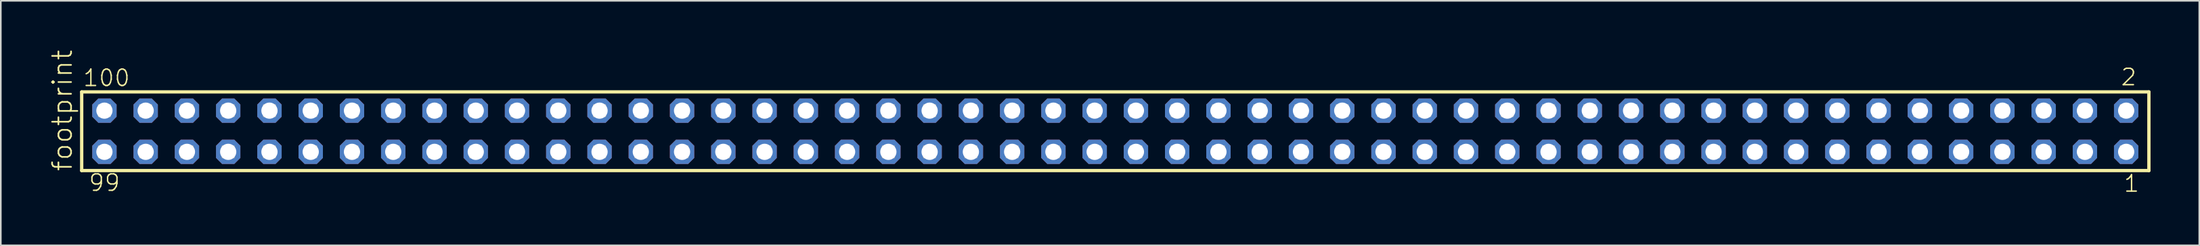
<source format=kicad_pcb>
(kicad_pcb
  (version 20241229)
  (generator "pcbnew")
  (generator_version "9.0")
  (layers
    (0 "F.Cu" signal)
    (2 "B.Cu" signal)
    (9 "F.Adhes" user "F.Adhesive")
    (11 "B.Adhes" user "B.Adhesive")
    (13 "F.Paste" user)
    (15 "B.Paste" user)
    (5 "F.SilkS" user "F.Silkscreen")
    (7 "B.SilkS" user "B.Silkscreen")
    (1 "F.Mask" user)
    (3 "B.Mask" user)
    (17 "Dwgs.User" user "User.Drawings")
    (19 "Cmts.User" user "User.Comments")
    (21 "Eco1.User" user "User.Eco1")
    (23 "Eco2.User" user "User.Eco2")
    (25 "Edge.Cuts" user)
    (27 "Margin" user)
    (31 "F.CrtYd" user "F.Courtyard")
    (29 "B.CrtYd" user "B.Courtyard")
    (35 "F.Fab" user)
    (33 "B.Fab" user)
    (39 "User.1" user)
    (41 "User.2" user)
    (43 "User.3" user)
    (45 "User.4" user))
  (footprint "footprint"
    (layer "F.Cu")
    (at 65.608 5.042)
    (property "Reference" "footprint" (at -64.135 2.54 90) (layer "F.SilkS") (effects (font (size 1.168 1.168) (thickness 0.102)) (justify left bottom)))
    (fp_line (start -63.629 -2.425) (end 63.629 -2.425) (stroke (width 0.203) (type solid)) (layer "F.SilkS"))
    (fp_line (start -63.629 2.425) (end -63.629 -2.425) (stroke (width 0.203) (type solid)) (layer "F.SilkS"))
    (fp_line (start 63.629 -2.425) (end 63.629 2.425) (stroke (width 0.203) (type solid)) (layer "F.SilkS"))
    (fp_line (start 63.629 2.425) (end -63.629 2.425) (stroke (width 0.203) (type solid)) (layer "F.SilkS"))
    (fp_poly (pts (xy -62.58 -0.92) (xy -61.88 -0.92) (xy -61.88 -1.62) (xy -62.58 -1.62)) (stroke (width 0.1) (type solid)) (fill no) (layer "F.Fab"))
    (fp_poly (pts (xy -62.58 1.62) (xy -61.88 1.62) (xy -61.88 0.92) (xy -62.58 0.92)) (stroke (width 0.1) (type solid)) (fill no) (layer "F.Fab"))
    (fp_poly (pts (xy -60.04 -0.92) (xy -59.34 -0.92) (xy -59.34 -1.62) (xy -60.04 -1.62)) (stroke (width 0.1) (type solid)) (fill no) (layer "F.Fab"))
    (fp_poly (pts (xy -60.04 1.62) (xy -59.34 1.62) (xy -59.34 0.92) (xy -60.04 0.92)) (stroke (width 0.1) (type solid)) (fill no) (layer "F.Fab"))
    (fp_poly (pts (xy -57.5 -0.92) (xy -56.8 -0.92) (xy -56.8 -1.62) (xy -57.5 -1.62)) (stroke (width 0.1) (type solid)) (fill no) (layer "F.Fab"))
    (fp_poly (pts (xy -57.5 1.62) (xy -56.8 1.62) (xy -56.8 0.92) (xy -57.5 0.92)) (stroke (width 0.1) (type solid)) (fill no) (layer "F.Fab"))
    (fp_poly (pts (xy -54.96 -0.92) (xy -54.26 -0.92) (xy -54.26 -1.62) (xy -54.96 -1.62)) (stroke (width 0.1) (type solid)) (fill no) (layer "F.Fab"))
    (fp_poly (pts (xy -54.96 1.62) (xy -54.26 1.62) (xy -54.26 0.92) (xy -54.96 0.92)) (stroke (width 0.1) (type solid)) (fill no) (layer "F.Fab"))
    (fp_poly (pts (xy -52.42 -0.92) (xy -51.72 -0.92) (xy -51.72 -1.62) (xy -52.42 -1.62)) (stroke (width 0.1) (type solid)) (fill no) (layer "F.Fab"))
    (fp_poly (pts (xy -52.42 1.62) (xy -51.72 1.62) (xy -51.72 0.92) (xy -52.42 0.92)) (stroke (width 0.1) (type solid)) (fill no) (layer "F.Fab"))
    (fp_poly (pts (xy -49.88 -0.92) (xy -49.18 -0.92) (xy -49.18 -1.62) (xy -49.88 -1.62)) (stroke (width 0.1) (type solid)) (fill no) (layer "F.Fab"))
    (fp_poly (pts (xy -49.88 1.62) (xy -49.18 1.62) (xy -49.18 0.92) (xy -49.88 0.92)) (stroke (width 0.1) (type solid)) (fill no) (layer "F.Fab"))
    (fp_poly (pts (xy -47.34 -0.92) (xy -46.64 -0.92) (xy -46.64 -1.62) (xy -47.34 -1.62)) (stroke (width 0.1) (type solid)) (fill no) (layer "F.Fab"))
    (fp_poly (pts (xy -47.34 1.62) (xy -46.64 1.62) (xy -46.64 0.92) (xy -47.34 0.92)) (stroke (width 0.1) (type solid)) (fill no) (layer "F.Fab"))
    (fp_poly (pts (xy -44.8 -0.92) (xy -44.1 -0.92) (xy -44.1 -1.62) (xy -44.8 -1.62)) (stroke (width 0.1) (type solid)) (fill no) (layer "F.Fab"))
    (fp_poly (pts (xy -44.8 1.62) (xy -44.1 1.62) (xy -44.1 0.92) (xy -44.8 0.92)) (stroke (width 0.1) (type solid)) (fill no) (layer "F.Fab"))
    (fp_poly (pts (xy -42.26 -0.92) (xy -41.56 -0.92) (xy -41.56 -1.62) (xy -42.26 -1.62)) (stroke (width 0.1) (type solid)) (fill no) (layer "F.Fab"))
    (fp_poly (pts (xy -42.26 1.62) (xy -41.56 1.62) (xy -41.56 0.92) (xy -42.26 0.92)) (stroke (width 0.1) (type solid)) (fill no) (layer "F.Fab"))
    (fp_poly (pts (xy -39.72 -0.92) (xy -39.02 -0.92) (xy -39.02 -1.62) (xy -39.72 -1.62)) (stroke (width 0.1) (type solid)) (fill no) (layer "F.Fab"))
    (fp_poly (pts (xy -39.72 1.62) (xy -39.02 1.62) (xy -39.02 0.92) (xy -39.72 0.92)) (stroke (width 0.1) (type solid)) (fill no) (layer "F.Fab"))
    (fp_poly (pts (xy -37.18 -0.92) (xy -36.48 -0.92) (xy -36.48 -1.62) (xy -37.18 -1.62)) (stroke (width 0.1) (type solid)) (fill no) (layer "F.Fab"))
    (fp_poly (pts (xy -37.18 1.62) (xy -36.48 1.62) (xy -36.48 0.92) (xy -37.18 0.92)) (stroke (width 0.1) (type solid)) (fill no) (layer "F.Fab"))
    (fp_poly (pts (xy -34.64 -0.92) (xy -33.94 -0.92) (xy -33.94 -1.62) (xy -34.64 -1.62)) (stroke (width 0.1) (type solid)) (fill no) (layer "F.Fab"))
    (fp_poly (pts (xy -34.64 1.62) (xy -33.94 1.62) (xy -33.94 0.92) (xy -34.64 0.92)) (stroke (width 0.1) (type solid)) (fill no) (layer "F.Fab"))
    (fp_poly (pts (xy -32.1 -0.92) (xy -31.4 -0.92) (xy -31.4 -1.62) (xy -32.1 -1.62)) (stroke (width 0.1) (type solid)) (fill no) (layer "F.Fab"))
    (fp_poly (pts (xy -32.1 1.62) (xy -31.4 1.62) (xy -31.4 0.92) (xy -32.1 0.92)) (stroke (width 0.1) (type solid)) (fill no) (layer "F.Fab"))
    (fp_poly (pts (xy -29.56 -0.92) (xy -28.86 -0.92) (xy -28.86 -1.62) (xy -29.56 -1.62)) (stroke (width 0.1) (type solid)) (fill no) (layer "F.Fab"))
    (fp_poly (pts (xy -29.56 1.62) (xy -28.86 1.62) (xy -28.86 0.92) (xy -29.56 0.92)) (stroke (width 0.1) (type solid)) (fill no) (layer "F.Fab"))
    (fp_poly (pts (xy -27.02 -0.92) (xy -26.32 -0.92) (xy -26.32 -1.62) (xy -27.02 -1.62)) (stroke (width 0.1) (type solid)) (fill no) (layer "F.Fab"))
    (fp_poly (pts (xy -27.02 1.62) (xy -26.32 1.62) (xy -26.32 0.92) (xy -27.02 0.92)) (stroke (width 0.1) (type solid)) (fill no) (layer "F.Fab"))
    (fp_poly (pts (xy -24.48 -0.92) (xy -23.78 -0.92) (xy -23.78 -1.62) (xy -24.48 -1.62)) (stroke (width 0.1) (type solid)) (fill no) (layer "F.Fab"))
    (fp_poly (pts (xy -24.48 1.62) (xy -23.78 1.62) (xy -23.78 0.92) (xy -24.48 0.92)) (stroke (width 0.1) (type solid)) (fill no) (layer "F.Fab"))
    (fp_poly (pts (xy -21.94 -0.92) (xy -21.24 -0.92) (xy -21.24 -1.62) (xy -21.94 -1.62)) (stroke (width 0.1) (type solid)) (fill no) (layer "F.Fab"))
    (fp_poly (pts (xy -21.94 1.62) (xy -21.24 1.62) (xy -21.24 0.92) (xy -21.94 0.92)) (stroke (width 0.1) (type solid)) (fill no) (layer "F.Fab"))
    (fp_poly (pts (xy -19.4 -0.92) (xy -18.7 -0.92) (xy -18.7 -1.62) (xy -19.4 -1.62)) (stroke (width 0.1) (type solid)) (fill no) (layer "F.Fab"))
    (fp_poly (pts (xy -19.4 1.62) (xy -18.7 1.62) (xy -18.7 0.92) (xy -19.4 0.92)) (stroke (width 0.1) (type solid)) (fill no) (layer "F.Fab"))
    (fp_poly (pts (xy -16.86 -0.92) (xy -16.16 -0.92) (xy -16.16 -1.62) (xy -16.86 -1.62)) (stroke (width 0.1) (type solid)) (fill no) (layer "F.Fab"))
    (fp_poly (pts (xy -16.86 1.62) (xy -16.16 1.62) (xy -16.16 0.92) (xy -16.86 0.92)) (stroke (width 0.1) (type solid)) (fill no) (layer "F.Fab"))
    (fp_poly (pts (xy -14.32 -0.92) (xy -13.62 -0.92) (xy -13.62 -1.62) (xy -14.32 -1.62)) (stroke (width 0.1) (type solid)) (fill no) (layer "F.Fab"))
    (fp_poly (pts (xy -14.32 1.62) (xy -13.62 1.62) (xy -13.62 0.92) (xy -14.32 0.92)) (stroke (width 0.1) (type solid)) (fill no) (layer "F.Fab"))
    (fp_poly (pts (xy -11.78 -0.92) (xy -11.08 -0.92) (xy -11.08 -1.62) (xy -11.78 -1.62)) (stroke (width 0.1) (type solid)) (fill no) (layer "F.Fab"))
    (fp_poly (pts (xy -11.78 1.62) (xy -11.08 1.62) (xy -11.08 0.92) (xy -11.78 0.92)) (stroke (width 0.1) (type solid)) (fill no) (layer "F.Fab"))
    (fp_poly (pts (xy -9.24 -0.92) (xy -8.54 -0.92) (xy -8.54 -1.62) (xy -9.24 -1.62)) (stroke (width 0.1) (type solid)) (fill no) (layer "F.Fab"))
    (fp_poly (pts (xy -9.24 1.62) (xy -8.54 1.62) (xy -8.54 0.92) (xy -9.24 0.92)) (stroke (width 0.1) (type solid)) (fill no) (layer "F.Fab"))
    (fp_poly (pts (xy -6.7 -0.92) (xy -6 -0.92) (xy -6 -1.62) (xy -6.7 -1.62)) (stroke (width 0.1) (type solid)) (fill no) (layer "F.Fab"))
    (fp_poly (pts (xy -6.7 1.62) (xy -6 1.62) (xy -6 0.92) (xy -6.7 0.92)) (stroke (width 0.1) (type solid)) (fill no) (layer "F.Fab"))
    (fp_poly (pts (xy -4.16 -0.92) (xy -3.46 -0.92) (xy -3.46 -1.62) (xy -4.16 -1.62)) (stroke (width 0.1) (type solid)) (fill no) (layer "F.Fab"))
    (fp_poly (pts (xy -4.16 1.62) (xy -3.46 1.62) (xy -3.46 0.92) (xy -4.16 0.92)) (stroke (width 0.1) (type solid)) (fill no) (layer "F.Fab"))
    (fp_poly (pts (xy -1.62 -0.92) (xy -0.92 -0.92) (xy -0.92 -1.62) (xy -1.62 -1.62)) (stroke (width 0.1) (type solid)) (fill no) (layer "F.Fab"))
    (fp_poly (pts (xy -1.62 1.62) (xy -0.92 1.62) (xy -0.92 0.92) (xy -1.62 0.92)) (stroke (width 0.1) (type solid)) (fill no) (layer "F.Fab"))
    (fp_poly (pts (xy 0.92 -0.92) (xy 1.62 -0.92) (xy 1.62 -1.62) (xy 0.92 -1.62)) (stroke (width 0.1) (type solid)) (fill no) (layer "F.Fab"))
    (fp_poly (pts (xy 0.92 1.62) (xy 1.62 1.62) (xy 1.62 0.92) (xy 0.92 0.92)) (stroke (width 0.1) (type solid)) (fill no) (layer "F.Fab"))
    (fp_poly (pts (xy 3.46 -0.92) (xy 4.16 -0.92) (xy 4.16 -1.62) (xy 3.46 -1.62)) (stroke (width 0.1) (type solid)) (fill no) (layer "F.Fab"))
    (fp_poly (pts (xy 3.46 1.62) (xy 4.16 1.62) (xy 4.16 0.92) (xy 3.46 0.92)) (stroke (width 0.1) (type solid)) (fill no) (layer "F.Fab"))
    (fp_poly (pts (xy 6 -0.92) (xy 6.7 -0.92) (xy 6.7 -1.62) (xy 6 -1.62)) (stroke (width 0.1) (type solid)) (fill no) (layer "F.Fab"))
    (fp_poly (pts (xy 6 1.62) (xy 6.7 1.62) (xy 6.7 0.92) (xy 6 0.92)) (stroke (width 0.1) (type solid)) (fill no) (layer "F.Fab"))
    (fp_poly (pts (xy 8.54 -0.92) (xy 9.24 -0.92) (xy 9.24 -1.62) (xy 8.54 -1.62)) (stroke (width 0.1) (type solid)) (fill no) (layer "F.Fab"))
    (fp_poly (pts (xy 8.54 1.62) (xy 9.24 1.62) (xy 9.24 0.92) (xy 8.54 0.92)) (stroke (width 0.1) (type solid)) (fill no) (layer "F.Fab"))
    (fp_poly (pts (xy 11.08 -0.92) (xy 11.78 -0.92) (xy 11.78 -1.62) (xy 11.08 -1.62)) (stroke (width 0.1) (type solid)) (fill no) (layer "F.Fab"))
    (fp_poly (pts (xy 11.08 1.62) (xy 11.78 1.62) (xy 11.78 0.92) (xy 11.08 0.92)) (stroke (width 0.1) (type solid)) (fill no) (layer "F.Fab"))
    (fp_poly (pts (xy 13.62 -0.92) (xy 14.32 -0.92) (xy 14.32 -1.62) (xy 13.62 -1.62)) (stroke (width 0.1) (type solid)) (fill no) (layer "F.Fab"))
    (fp_poly (pts (xy 13.62 1.62) (xy 14.32 1.62) (xy 14.32 0.92) (xy 13.62 0.92)) (stroke (width 0.1) (type solid)) (fill no) (layer "F.Fab"))
    (fp_poly (pts (xy 16.16 -0.92) (xy 16.86 -0.92) (xy 16.86 -1.62) (xy 16.16 -1.62)) (stroke (width 0.1) (type solid)) (fill no) (layer "F.Fab"))
    (fp_poly (pts (xy 16.16 1.62) (xy 16.86 1.62) (xy 16.86 0.92) (xy 16.16 0.92)) (stroke (width 0.1) (type solid)) (fill no) (layer "F.Fab"))
    (fp_poly (pts (xy 18.7 -0.92) (xy 19.4 -0.92) (xy 19.4 -1.62) (xy 18.7 -1.62)) (stroke (width 0.1) (type solid)) (fill no) (layer "F.Fab"))
    (fp_poly (pts (xy 18.7 1.62) (xy 19.4 1.62) (xy 19.4 0.92) (xy 18.7 0.92)) (stroke (width 0.1) (type solid)) (fill no) (layer "F.Fab"))
    (fp_poly (pts (xy 21.24 -0.92) (xy 21.94 -0.92) (xy 21.94 -1.62) (xy 21.24 -1.62)) (stroke (width 0.1) (type solid)) (fill no) (layer "F.Fab"))
    (fp_poly (pts (xy 21.24 1.62) (xy 21.94 1.62) (xy 21.94 0.92) (xy 21.24 0.92)) (stroke (width 0.1) (type solid)) (fill no) (layer "F.Fab"))
    (fp_poly (pts (xy 23.78 -0.92) (xy 24.48 -0.92) (xy 24.48 -1.62) (xy 23.78 -1.62)) (stroke (width 0.1) (type solid)) (fill no) (layer "F.Fab"))
    (fp_poly (pts (xy 23.78 1.62) (xy 24.48 1.62) (xy 24.48 0.92) (xy 23.78 0.92)) (stroke (width 0.1) (type solid)) (fill no) (layer "F.Fab"))
    (fp_poly (pts (xy 26.32 -0.92) (xy 27.02 -0.92) (xy 27.02 -1.62) (xy 26.32 -1.62)) (stroke (width 0.1) (type solid)) (fill no) (layer "F.Fab"))
    (fp_poly (pts (xy 26.32 1.62) (xy 27.02 1.62) (xy 27.02 0.92) (xy 26.32 0.92)) (stroke (width 0.1) (type solid)) (fill no) (layer "F.Fab"))
    (fp_poly (pts (xy 28.86 -0.92) (xy 29.56 -0.92) (xy 29.56 -1.62) (xy 28.86 -1.62)) (stroke (width 0.1) (type solid)) (fill no) (layer "F.Fab"))
    (fp_poly (pts (xy 28.86 1.62) (xy 29.56 1.62) (xy 29.56 0.92) (xy 28.86 0.92)) (stroke (width 0.1) (type solid)) (fill no) (layer "F.Fab"))
    (fp_poly (pts (xy 31.4 -0.92) (xy 32.1 -0.92) (xy 32.1 -1.62) (xy 31.4 -1.62)) (stroke (width 0.1) (type solid)) (fill no) (layer "F.Fab"))
    (fp_poly (pts (xy 31.4 1.62) (xy 32.1 1.62) (xy 32.1 0.92) (xy 31.4 0.92)) (stroke (width 0.1) (type solid)) (fill no) (layer "F.Fab"))
    (fp_poly (pts (xy 33.94 -0.92) (xy 34.64 -0.92) (xy 34.64 -1.62) (xy 33.94 -1.62)) (stroke (width 0.1) (type solid)) (fill no) (layer "F.Fab"))
    (fp_poly (pts (xy 33.94 1.62) (xy 34.64 1.62) (xy 34.64 0.92) (xy 33.94 0.92)) (stroke (width 0.1) (type solid)) (fill no) (layer "F.Fab"))
    (fp_poly (pts (xy 36.48 -0.92) (xy 37.18 -0.92) (xy 37.18 -1.62) (xy 36.48 -1.62)) (stroke (width 0.1) (type solid)) (fill no) (layer "F.Fab"))
    (fp_poly (pts (xy 36.48 1.62) (xy 37.18 1.62) (xy 37.18 0.92) (xy 36.48 0.92)) (stroke (width 0.1) (type solid)) (fill no) (layer "F.Fab"))
    (fp_poly (pts (xy 39.02 -0.92) (xy 39.72 -0.92) (xy 39.72 -1.62) (xy 39.02 -1.62)) (stroke (width 0.1) (type solid)) (fill no) (layer "F.Fab"))
    (fp_poly (pts (xy 39.02 1.62) (xy 39.72 1.62) (xy 39.72 0.92) (xy 39.02 0.92)) (stroke (width 0.1) (type solid)) (fill no) (layer "F.Fab"))
    (fp_poly (pts (xy 41.56 -0.92) (xy 42.26 -0.92) (xy 42.26 -1.62) (xy 41.56 -1.62)) (stroke (width 0.1) (type solid)) (fill no) (layer "F.Fab"))
    (fp_poly (pts (xy 41.56 1.62) (xy 42.26 1.62) (xy 42.26 0.92) (xy 41.56 0.92)) (stroke (width 0.1) (type solid)) (fill no) (layer "F.Fab"))
    (fp_poly (pts (xy 44.1 -0.92) (xy 44.8 -0.92) (xy 44.8 -1.62) (xy 44.1 -1.62)) (stroke (width 0.1) (type solid)) (fill no) (layer "F.Fab"))
    (fp_poly (pts (xy 44.1 1.62) (xy 44.8 1.62) (xy 44.8 0.92) (xy 44.1 0.92)) (stroke (width 0.1) (type solid)) (fill no) (layer "F.Fab"))
    (fp_poly (pts (xy 46.64 -0.92) (xy 47.34 -0.92) (xy 47.34 -1.62) (xy 46.64 -1.62)) (stroke (width 0.1) (type solid)) (fill no) (layer "F.Fab"))
    (fp_poly (pts (xy 46.64 1.62) (xy 47.34 1.62) (xy 47.34 0.92) (xy 46.64 0.92)) (stroke (width 0.1) (type solid)) (fill no) (layer "F.Fab"))
    (fp_poly (pts (xy 49.18 -0.92) (xy 49.88 -0.92) (xy 49.88 -1.62) (xy 49.18 -1.62)) (stroke (width 0.1) (type solid)) (fill no) (layer "F.Fab"))
    (fp_poly (pts (xy 49.18 1.62) (xy 49.88 1.62) (xy 49.88 0.92) (xy 49.18 0.92)) (stroke (width 0.1) (type solid)) (fill no) (layer "F.Fab"))
    (fp_poly (pts (xy 51.72 -0.92) (xy 52.42 -0.92) (xy 52.42 -1.62) (xy 51.72 -1.62)) (stroke (width 0.1) (type solid)) (fill no) (layer "F.Fab"))
    (fp_poly (pts (xy 51.72 1.62) (xy 52.42 1.62) (xy 52.42 0.92) (xy 51.72 0.92)) (stroke (width 0.1) (type solid)) (fill no) (layer "F.Fab"))
    (fp_poly (pts (xy 54.26 -0.92) (xy 54.96 -0.92) (xy 54.96 -1.62) (xy 54.26 -1.62)) (stroke (width 0.1) (type solid)) (fill no) (layer "F.Fab"))
    (fp_poly (pts (xy 54.26 1.62) (xy 54.96 1.62) (xy 54.96 0.92) (xy 54.26 0.92)) (stroke (width 0.1) (type solid)) (fill no) (layer "F.Fab"))
    (fp_poly (pts (xy 56.8 -0.92) (xy 57.5 -0.92) (xy 57.5 -1.62) (xy 56.8 -1.62)) (stroke (width 0.1) (type solid)) (fill no) (layer "F.Fab"))
    (fp_poly (pts (xy 56.8 1.62) (xy 57.5 1.62) (xy 57.5 0.92) (xy 56.8 0.92)) (stroke (width 0.1) (type solid)) (fill no) (layer "F.Fab"))
    (fp_poly (pts (xy 59.34 -0.92) (xy 60.04 -0.92) (xy 60.04 -1.62) (xy 59.34 -1.62)) (stroke (width 0.1) (type solid)) (fill no) (layer "F.Fab"))
    (fp_poly (pts (xy 59.34 1.62) (xy 60.04 1.62) (xy 60.04 0.92) (xy 59.34 0.92)) (stroke (width 0.1) (type solid)) (fill no) (layer "F.Fab"))
    (fp_poly (pts (xy 61.88 -0.92) (xy 62.58 -0.92) (xy 62.58 -1.62) (xy 61.88 -1.62)) (stroke (width 0.1) (type solid)) (fill no) (layer "F.Fab"))
    (fp_poly (pts (xy 61.88 1.62) (xy 62.58 1.62) (xy 62.58 0.92) (xy 61.88 0.92)) (stroke (width 0.1) (type solid)) (fill no) (layer "F.Fab"))
    (fp_text user "2" (at 61.847 -2.744 0) (layer "F.SilkS") (effects (font (size 1.012 1.012) (thickness 0.088)) (justify left bottom)))
    (fp_text user "100" (at -63.604 -2.694 0) (layer "F.SilkS") (effects (font (size 1.012 1.012) (thickness 0.088)) (justify left bottom)))
    (fp_text user "99" (at -63.25 3.768 0) (layer "F.SilkS") (effects (font (size 1.012 1.012) (thickness 0.088)) (justify left bottom)))
    (fp_text user "1" (at 62.022 3.818 0) (layer "F.SilkS") (effects (font (size 1.012 1.012) (thickness 0.088)) (justify left bottom)))
    (pad "1" thru_hole roundrect (at 62.23 1.27 180) (size 1.5 1.5) (drill 1) (layers "*.Cu" "*.Mask") (roundrect_rratio 0.25) (chamfer_ratio 0.25) (chamfer top_left top_right bottom_left bottom_right))
    (pad "2" thru_hole roundrect (at 62.23 -1.27 180) (size 1.5 1.5) (drill 1) (layers "*.Cu" "*.Mask") (roundrect_rratio 0.25) (chamfer_ratio 0.25) (chamfer top_left top_right bottom_left bottom_right))
    (pad "3" thru_hole roundrect (at 59.69 1.27 180) (size 1.5 1.5) (drill 1) (layers "*.Cu" "*.Mask") (roundrect_rratio 0.25) (chamfer_ratio 0.25) (chamfer top_left top_right bottom_left bottom_right))
    (pad "4" thru_hole roundrect (at 59.69 -1.27 180) (size 1.5 1.5) (drill 1) (layers "*.Cu" "*.Mask") (roundrect_rratio 0.25) (chamfer_ratio 0.25) (chamfer top_left top_right bottom_left bottom_right))
    (pad "5" thru_hole roundrect (at 57.15 1.27 180) (size 1.5 1.5) (drill 1) (layers "*.Cu" "*.Mask") (roundrect_rratio 0.25) (chamfer_ratio 0.25) (chamfer top_left top_right bottom_left bottom_right))
    (pad "6" thru_hole roundrect (at 57.15 -1.27 180) (size 1.5 1.5) (drill 1) (layers "*.Cu" "*.Mask") (roundrect_rratio 0.25) (chamfer_ratio 0.25) (chamfer top_left top_right bottom_left bottom_right))
    (pad "7" thru_hole roundrect (at 54.61 1.27 180) (size 1.5 1.5) (drill 1) (layers "*.Cu" "*.Mask") (roundrect_rratio 0.25) (chamfer_ratio 0.25) (chamfer top_left top_right bottom_left bottom_right))
    (pad "8" thru_hole roundrect (at 54.61 -1.27 180) (size 1.5 1.5) (drill 1) (layers "*.Cu" "*.Mask") (roundrect_rratio 0.25) (chamfer_ratio 0.25) (chamfer top_left top_right bottom_left bottom_right))
    (pad "9" thru_hole roundrect (at 52.07 1.27 180) (size 1.5 1.5) (drill 1) (layers "*.Cu" "*.Mask") (roundrect_rratio 0.25) (chamfer_ratio 0.25) (chamfer top_left top_right bottom_left bottom_right))
    (pad "10" thru_hole roundrect (at 52.07 -1.27 180) (size 1.5 1.5) (drill 1) (layers "*.Cu" "*.Mask") (roundrect_rratio 0.25) (chamfer_ratio 0.25) (chamfer top_left top_right bottom_left bottom_right))
    (pad "11" thru_hole roundrect (at 49.53 1.27 180) (size 1.5 1.5) (drill 1) (layers "*.Cu" "*.Mask") (roundrect_rratio 0.25) (chamfer_ratio 0.25) (chamfer top_left top_right bottom_left bottom_right))
    (pad "12" thru_hole roundrect (at 49.53 -1.27 180) (size 1.5 1.5) (drill 1) (layers "*.Cu" "*.Mask") (roundrect_rratio 0.25) (chamfer_ratio 0.25) (chamfer top_left top_right bottom_left bottom_right))
    (pad "13" thru_hole roundrect (at 46.99 1.27 180) (size 1.5 1.5) (drill 1) (layers "*.Cu" "*.Mask") (roundrect_rratio 0.25) (chamfer_ratio 0.25) (chamfer top_left top_right bottom_left bottom_right))
    (pad "14" thru_hole roundrect (at 46.99 -1.27 180) (size 1.5 1.5) (drill 1) (layers "*.Cu" "*.Mask") (roundrect_rratio 0.25) (chamfer_ratio 0.25) (chamfer top_left top_right bottom_left bottom_right))
    (pad "15" thru_hole roundrect (at 44.45 1.27 180) (size 1.5 1.5) (drill 1) (layers "*.Cu" "*.Mask") (roundrect_rratio 0.25) (chamfer_ratio 0.25) (chamfer top_left top_right bottom_left bottom_right))
    (pad "16" thru_hole roundrect (at 44.45 -1.27 180) (size 1.5 1.5) (drill 1) (layers "*.Cu" "*.Mask") (roundrect_rratio 0.25) (chamfer_ratio 0.25) (chamfer top_left top_right bottom_left bottom_right))
    (pad "17" thru_hole roundrect (at 41.91 1.27 180) (size 1.5 1.5) (drill 1) (layers "*.Cu" "*.Mask") (roundrect_rratio 0.25) (chamfer_ratio 0.25) (chamfer top_left top_right bottom_left bottom_right))
    (pad "18" thru_hole roundrect (at 41.91 -1.27 180) (size 1.5 1.5) (drill 1) (layers "*.Cu" "*.Mask") (roundrect_rratio 0.25) (chamfer_ratio 0.25) (chamfer top_left top_right bottom_left bottom_right))
    (pad "19" thru_hole roundrect (at 39.37 1.27 180) (size 1.5 1.5) (drill 1) (layers "*.Cu" "*.Mask") (roundrect_rratio 0.25) (chamfer_ratio 0.25) (chamfer top_left top_right bottom_left bottom_right))
    (pad "20" thru_hole roundrect (at 39.37 -1.27 180) (size 1.5 1.5) (drill 1) (layers "*.Cu" "*.Mask") (roundrect_rratio 0.25) (chamfer_ratio 0.25) (chamfer top_left top_right bottom_left bottom_right))
    (pad "21" thru_hole roundrect (at 36.83 1.27 180) (size 1.5 1.5) (drill 1) (layers "*.Cu" "*.Mask") (roundrect_rratio 0.25) (chamfer_ratio 0.25) (chamfer top_left top_right bottom_left bottom_right))
    (pad "22" thru_hole roundrect (at 36.83 -1.27 180) (size 1.5 1.5) (drill 1) (layers "*.Cu" "*.Mask") (roundrect_rratio 0.25) (chamfer_ratio 0.25) (chamfer top_left top_right bottom_left bottom_right))
    (pad "23" thru_hole roundrect (at 34.29 1.27 180) (size 1.5 1.5) (drill 1) (layers "*.Cu" "*.Mask") (roundrect_rratio 0.25) (chamfer_ratio 0.25) (chamfer top_left top_right bottom_left bottom_right))
    (pad "24" thru_hole roundrect (at 34.29 -1.27 180) (size 1.5 1.5) (drill 1) (layers "*.Cu" "*.Mask") (roundrect_rratio 0.25) (chamfer_ratio 0.25) (chamfer top_left top_right bottom_left bottom_right))
    (pad "25" thru_hole roundrect (at 31.75 1.27 180) (size 1.5 1.5) (drill 1) (layers "*.Cu" "*.Mask") (roundrect_rratio 0.25) (chamfer_ratio 0.25) (chamfer top_left top_right bottom_left bottom_right))
    (pad "26" thru_hole roundrect (at 31.75 -1.27 180) (size 1.5 1.5) (drill 1) (layers "*.Cu" "*.Mask") (roundrect_rratio 0.25) (chamfer_ratio 0.25) (chamfer top_left top_right bottom_left bottom_right))
    (pad "27" thru_hole roundrect (at 29.21 1.27 180) (size 1.5 1.5) (drill 1) (layers "*.Cu" "*.Mask") (roundrect_rratio 0.25) (chamfer_ratio 0.25) (chamfer top_left top_right bottom_left bottom_right))
    (pad "28" thru_hole roundrect (at 29.21 -1.27 180) (size 1.5 1.5) (drill 1) (layers "*.Cu" "*.Mask") (roundrect_rratio 0.25) (chamfer_ratio 0.25) (chamfer top_left top_right bottom_left bottom_right))
    (pad "29" thru_hole roundrect (at 26.67 1.27 180) (size 1.5 1.5) (drill 1) (layers "*.Cu" "*.Mask") (roundrect_rratio 0.25) (chamfer_ratio 0.25) (chamfer top_left top_right bottom_left bottom_right))
    (pad "30" thru_hole roundrect (at 26.67 -1.27 180) (size 1.5 1.5) (drill 1) (layers "*.Cu" "*.Mask") (roundrect_rratio 0.25) (chamfer_ratio 0.25) (chamfer top_left top_right bottom_left bottom_right))
    (pad "31" thru_hole roundrect (at 24.13 1.27 180) (size 1.5 1.5) (drill 1) (layers "*.Cu" "*.Mask") (roundrect_rratio 0.25) (chamfer_ratio 0.25) (chamfer top_left top_right bottom_left bottom_right))
    (pad "32" thru_hole roundrect (at 24.13 -1.27 180) (size 1.5 1.5) (drill 1) (layers "*.Cu" "*.Mask") (roundrect_rratio 0.25) (chamfer_ratio 0.25) (chamfer top_left top_right bottom_left bottom_right))
    (pad "33" thru_hole roundrect (at 21.59 1.27 180) (size 1.5 1.5) (drill 1) (layers "*.Cu" "*.Mask") (roundrect_rratio 0.25) (chamfer_ratio 0.25) (chamfer top_left top_right bottom_left bottom_right))
    (pad "34" thru_hole roundrect (at 21.59 -1.27 180) (size 1.5 1.5) (drill 1) (layers "*.Cu" "*.Mask") (roundrect_rratio 0.25) (chamfer_ratio 0.25) (chamfer top_left top_right bottom_left bottom_right))
    (pad "35" thru_hole roundrect (at 19.05 1.27 180) (size 1.5 1.5) (drill 1) (layers "*.Cu" "*.Mask") (roundrect_rratio 0.25) (chamfer_ratio 0.25) (chamfer top_left top_right bottom_left bottom_right))
    (pad "36" thru_hole roundrect (at 19.05 -1.27 180) (size 1.5 1.5) (drill 1) (layers "*.Cu" "*.Mask") (roundrect_rratio 0.25) (chamfer_ratio 0.25) (chamfer top_left top_right bottom_left bottom_right))
    (pad "37" thru_hole roundrect (at 16.51 1.27 180) (size 1.5 1.5) (drill 1) (layers "*.Cu" "*.Mask") (roundrect_rratio 0.25) (chamfer_ratio 0.25) (chamfer top_left top_right bottom_left bottom_right))
    (pad "38" thru_hole roundrect (at 16.51 -1.27 180) (size 1.5 1.5) (drill 1) (layers "*.Cu" "*.Mask") (roundrect_rratio 0.25) (chamfer_ratio 0.25) (chamfer top_left top_right bottom_left bottom_right))
    (pad "39" thru_hole roundrect (at 13.97 1.27 180) (size 1.5 1.5) (drill 1) (layers "*.Cu" "*.Mask") (roundrect_rratio 0.25) (chamfer_ratio 0.25) (chamfer top_left top_right bottom_left bottom_right))
    (pad "40" thru_hole roundrect (at 13.97 -1.27 180) (size 1.5 1.5) (drill 1) (layers "*.Cu" "*.Mask") (roundrect_rratio 0.25) (chamfer_ratio 0.25) (chamfer top_left top_right bottom_left bottom_right))
    (pad "41" thru_hole roundrect (at 11.43 1.27 180) (size 1.5 1.5) (drill 1) (layers "*.Cu" "*.Mask") (roundrect_rratio 0.25) (chamfer_ratio 0.25) (chamfer top_left top_right bottom_left bottom_right))
    (pad "42" thru_hole roundrect (at 11.43 -1.27 180) (size 1.5 1.5) (drill 1) (layers "*.Cu" "*.Mask") (roundrect_rratio 0.25) (chamfer_ratio 0.25) (chamfer top_left top_right bottom_left bottom_right))
    (pad "43" thru_hole roundrect (at 8.89 1.27 180) (size 1.5 1.5) (drill 1) (layers "*.Cu" "*.Mask") (roundrect_rratio 0.25) (chamfer_ratio 0.25) (chamfer top_left top_right bottom_left bottom_right))
    (pad "44" thru_hole roundrect (at 8.89 -1.27 180) (size 1.5 1.5) (drill 1) (layers "*.Cu" "*.Mask") (roundrect_rratio 0.25) (chamfer_ratio 0.25) (chamfer top_left top_right bottom_left bottom_right))
    (pad "45" thru_hole roundrect (at 6.35 1.27 180) (size 1.5 1.5) (drill 1) (layers "*.Cu" "*.Mask") (roundrect_rratio 0.25) (chamfer_ratio 0.25) (chamfer top_left top_right bottom_left bottom_right))
    (pad "46" thru_hole roundrect (at 6.35 -1.27 180) (size 1.5 1.5) (drill 1) (layers "*.Cu" "*.Mask") (roundrect_rratio 0.25) (chamfer_ratio 0.25) (chamfer top_left top_right bottom_left bottom_right))
    (pad "47" thru_hole roundrect (at 3.81 1.27 180) (size 1.5 1.5) (drill 1) (layers "*.Cu" "*.Mask") (roundrect_rratio 0.25) (chamfer_ratio 0.25) (chamfer top_left top_right bottom_left bottom_right))
    (pad "48" thru_hole roundrect (at 3.81 -1.27 180) (size 1.5 1.5) (drill 1) (layers "*.Cu" "*.Mask") (roundrect_rratio 0.25) (chamfer_ratio 0.25) (chamfer top_left top_right bottom_left bottom_right))
    (pad "49" thru_hole roundrect (at 1.27 1.27 180) (size 1.5 1.5) (drill 1) (layers "*.Cu" "*.Mask") (roundrect_rratio 0.25) (chamfer_ratio 0.25) (chamfer top_left top_right bottom_left bottom_right))
    (pad "50" thru_hole roundrect (at 1.27 -1.27 180) (size 1.5 1.5) (drill 1) (layers "*.Cu" "*.Mask") (roundrect_rratio 0.25) (chamfer_ratio 0.25) (chamfer top_left top_right bottom_left bottom_right))
    (pad "51" thru_hole roundrect (at -1.27 1.27 180) (size 1.5 1.5) (drill 1) (layers "*.Cu" "*.Mask") (roundrect_rratio 0.25) (chamfer_ratio 0.25) (chamfer top_left top_right bottom_left bottom_right))
    (pad "52" thru_hole roundrect (at -1.27 -1.27 180) (size 1.5 1.5) (drill 1) (layers "*.Cu" "*.Mask") (roundrect_rratio 0.25) (chamfer_ratio 0.25) (chamfer top_left top_right bottom_left bottom_right))
    (pad "53" thru_hole roundrect (at -3.81 1.27 180) (size 1.5 1.5) (drill 1) (layers "*.Cu" "*.Mask") (roundrect_rratio 0.25) (chamfer_ratio 0.25) (chamfer top_left top_right bottom_left bottom_right))
    (pad "54" thru_hole roundrect (at -3.81 -1.27 180) (size 1.5 1.5) (drill 1) (layers "*.Cu" "*.Mask") (roundrect_rratio 0.25) (chamfer_ratio 0.25) (chamfer top_left top_right bottom_left bottom_right))
    (pad "55" thru_hole roundrect (at -6.35 1.27 180) (size 1.5 1.5) (drill 1) (layers "*.Cu" "*.Mask") (roundrect_rratio 0.25) (chamfer_ratio 0.25) (chamfer top_left top_right bottom_left bottom_right))
    (pad "56" thru_hole roundrect (at -6.35 -1.27 180) (size 1.5 1.5) (drill 1) (layers "*.Cu" "*.Mask") (roundrect_rratio 0.25) (chamfer_ratio 0.25) (chamfer top_left top_right bottom_left bottom_right))
    (pad "57" thru_hole roundrect (at -8.89 1.27 180) (size 1.5 1.5) (drill 1) (layers "*.Cu" "*.Mask") (roundrect_rratio 0.25) (chamfer_ratio 0.25) (chamfer top_left top_right bottom_left bottom_right))
    (pad "58" thru_hole roundrect (at -8.89 -1.27 180) (size 1.5 1.5) (drill 1) (layers "*.Cu" "*.Mask") (roundrect_rratio 0.25) (chamfer_ratio 0.25) (chamfer top_left top_right bottom_left bottom_right))
    (pad "59" thru_hole roundrect (at -11.43 1.27 180) (size 1.5 1.5) (drill 1) (layers "*.Cu" "*.Mask") (roundrect_rratio 0.25) (chamfer_ratio 0.25) (chamfer top_left top_right bottom_left bottom_right))
    (pad "60" thru_hole roundrect (at -11.43 -1.27 180) (size 1.5 1.5) (drill 1) (layers "*.Cu" "*.Mask") (roundrect_rratio 0.25) (chamfer_ratio 0.25) (chamfer top_left top_right bottom_left bottom_right))
    (pad "61" thru_hole roundrect (at -13.97 1.27 180) (size 1.5 1.5) (drill 1) (layers "*.Cu" "*.Mask") (roundrect_rratio 0.25) (chamfer_ratio 0.25) (chamfer top_left top_right bottom_left bottom_right))
    (pad "62" thru_hole roundrect (at -13.97 -1.27 180) (size 1.5 1.5) (drill 1) (layers "*.Cu" "*.Mask") (roundrect_rratio 0.25) (chamfer_ratio 0.25) (chamfer top_left top_right bottom_left bottom_right))
    (pad "63" thru_hole roundrect (at -16.51 1.27 180) (size 1.5 1.5) (drill 1) (layers "*.Cu" "*.Mask") (roundrect_rratio 0.25) (chamfer_ratio 0.25) (chamfer top_left top_right bottom_left bottom_right))
    (pad "64" thru_hole roundrect (at -16.51 -1.27 180) (size 1.5 1.5) (drill 1) (layers "*.Cu" "*.Mask") (roundrect_rratio 0.25) (chamfer_ratio 0.25) (chamfer top_left top_right bottom_left bottom_right))
    (pad "65" thru_hole roundrect (at -19.05 1.27 180) (size 1.5 1.5) (drill 1) (layers "*.Cu" "*.Mask") (roundrect_rratio 0.25) (chamfer_ratio 0.25) (chamfer top_left top_right bottom_left bottom_right))
    (pad "66" thru_hole roundrect (at -19.05 -1.27 180) (size 1.5 1.5) (drill 1) (layers "*.Cu" "*.Mask") (roundrect_rratio 0.25) (chamfer_ratio 0.25) (chamfer top_left top_right bottom_left bottom_right))
    (pad "67" thru_hole roundrect (at -21.59 1.27 180) (size 1.5 1.5) (drill 1) (layers "*.Cu" "*.Mask") (roundrect_rratio 0.25) (chamfer_ratio 0.25) (chamfer top_left top_right bottom_left bottom_right))
    (pad "68" thru_hole roundrect (at -21.59 -1.27 180) (size 1.5 1.5) (drill 1) (layers "*.Cu" "*.Mask") (roundrect_rratio 0.25) (chamfer_ratio 0.25) (chamfer top_left top_right bottom_left bottom_right))
    (pad "69" thru_hole roundrect (at -24.13 1.27 180) (size 1.5 1.5) (drill 1) (layers "*.Cu" "*.Mask") (roundrect_rratio 0.25) (chamfer_ratio 0.25) (chamfer top_left top_right bottom_left bottom_right))
    (pad "70" thru_hole roundrect (at -24.13 -1.27 180) (size 1.5 1.5) (drill 1) (layers "*.Cu" "*.Mask") (roundrect_rratio 0.25) (chamfer_ratio 0.25) (chamfer top_left top_right bottom_left bottom_right))
    (pad "71" thru_hole roundrect (at -26.67 1.27 180) (size 1.5 1.5) (drill 1) (layers "*.Cu" "*.Mask") (roundrect_rratio 0.25) (chamfer_ratio 0.25) (chamfer top_left top_right bottom_left bottom_right))
    (pad "72" thru_hole roundrect (at -26.67 -1.27 180) (size 1.5 1.5) (drill 1) (layers "*.Cu" "*.Mask") (roundrect_rratio 0.25) (chamfer_ratio 0.25) (chamfer top_left top_right bottom_left bottom_right))
    (pad "73" thru_hole roundrect (at -29.21 1.27 180) (size 1.5 1.5) (drill 1) (layers "*.Cu" "*.Mask") (roundrect_rratio 0.25) (chamfer_ratio 0.25) (chamfer top_left top_right bottom_left bottom_right))
    (pad "74" thru_hole roundrect (at -29.21 -1.27 180) (size 1.5 1.5) (drill 1) (layers "*.Cu" "*.Mask") (roundrect_rratio 0.25) (chamfer_ratio 0.25) (chamfer top_left top_right bottom_left bottom_right))
    (pad "75" thru_hole roundrect (at -31.75 1.27 180) (size 1.5 1.5) (drill 1) (layers "*.Cu" "*.Mask") (roundrect_rratio 0.25) (chamfer_ratio 0.25) (chamfer top_left top_right bottom_left bottom_right))
    (pad "76" thru_hole roundrect (at -31.75 -1.27 180) (size 1.5 1.5) (drill 1) (layers "*.Cu" "*.Mask") (roundrect_rratio 0.25) (chamfer_ratio 0.25) (chamfer top_left top_right bottom_left bottom_right))
    (pad "77" thru_hole roundrect (at -34.29 1.27 180) (size 1.5 1.5) (drill 1) (layers "*.Cu" "*.Mask") (roundrect_rratio 0.25) (chamfer_ratio 0.25) (chamfer top_left top_right bottom_left bottom_right))
    (pad "78" thru_hole roundrect (at -34.29 -1.27 180) (size 1.5 1.5) (drill 1) (layers "*.Cu" "*.Mask") (roundrect_rratio 0.25) (chamfer_ratio 0.25) (chamfer top_left top_right bottom_left bottom_right))
    (pad "79" thru_hole roundrect (at -36.83 1.27 180) (size 1.5 1.5) (drill 1) (layers "*.Cu" "*.Mask") (roundrect_rratio 0.25) (chamfer_ratio 0.25) (chamfer top_left top_right bottom_left bottom_right))
    (pad "80" thru_hole roundrect (at -36.83 -1.27 180) (size 1.5 1.5) (drill 1) (layers "*.Cu" "*.Mask") (roundrect_rratio 0.25) (chamfer_ratio 0.25) (chamfer top_left top_right bottom_left bottom_right))
    (pad "81" thru_hole roundrect (at -39.37 1.27 180) (size 1.5 1.5) (drill 1) (layers "*.Cu" "*.Mask") (roundrect_rratio 0.25) (chamfer_ratio 0.25) (chamfer top_left top_right bottom_left bottom_right))
    (pad "82" thru_hole roundrect (at -39.37 -1.27 180) (size 1.5 1.5) (drill 1) (layers "*.Cu" "*.Mask") (roundrect_rratio 0.25) (chamfer_ratio 0.25) (chamfer top_left top_right bottom_left bottom_right))
    (pad "83" thru_hole roundrect (at -41.91 1.27 180) (size 1.5 1.5) (drill 1) (layers "*.Cu" "*.Mask") (roundrect_rratio 0.25) (chamfer_ratio 0.25) (chamfer top_left top_right bottom_left bottom_right))
    (pad "84" thru_hole roundrect (at -41.91 -1.27 180) (size 1.5 1.5) (drill 1) (layers "*.Cu" "*.Mask") (roundrect_rratio 0.25) (chamfer_ratio 0.25) (chamfer top_left top_right bottom_left bottom_right))
    (pad "85" thru_hole roundrect (at -44.45 1.27 180) (size 1.5 1.5) (drill 1) (layers "*.Cu" "*.Mask") (roundrect_rratio 0.25) (chamfer_ratio 0.25) (chamfer top_left top_right bottom_left bottom_right))
    (pad "86" thru_hole roundrect (at -44.45 -1.27 180) (size 1.5 1.5) (drill 1) (layers "*.Cu" "*.Mask") (roundrect_rratio 0.25) (chamfer_ratio 0.25) (chamfer top_left top_right bottom_left bottom_right))
    (pad "87" thru_hole roundrect (at -46.99 1.27 180) (size 1.5 1.5) (drill 1) (layers "*.Cu" "*.Mask") (roundrect_rratio 0.25) (chamfer_ratio 0.25) (chamfer top_left top_right bottom_left bottom_right))
    (pad "88" thru_hole roundrect (at -46.99 -1.27 180) (size 1.5 1.5) (drill 1) (layers "*.Cu" "*.Mask") (roundrect_rratio 0.25) (chamfer_ratio 0.25) (chamfer top_left top_right bottom_left bottom_right))
    (pad "89" thru_hole roundrect (at -49.53 1.27 180) (size 1.5 1.5) (drill 1) (layers "*.Cu" "*.Mask") (roundrect_rratio 0.25) (chamfer_ratio 0.25) (chamfer top_left top_right bottom_left bottom_right))
    (pad "90" thru_hole roundrect (at -49.53 -1.27 180) (size 1.5 1.5) (drill 1) (layers "*.Cu" "*.Mask") (roundrect_rratio 0.25) (chamfer_ratio 0.25) (chamfer top_left top_right bottom_left bottom_right))
    (pad "91" thru_hole roundrect (at -52.07 1.27 180) (size 1.5 1.5) (drill 1) (layers "*.Cu" "*.Mask") (roundrect_rratio 0.25) (chamfer_ratio 0.25) (chamfer top_left top_right bottom_left bottom_right))
    (pad "92" thru_hole roundrect (at -52.07 -1.27 180) (size 1.5 1.5) (drill 1) (layers "*.Cu" "*.Mask") (roundrect_rratio 0.25) (chamfer_ratio 0.25) (chamfer top_left top_right bottom_left bottom_right))
    (pad "93" thru_hole roundrect (at -54.61 1.27 180) (size 1.5 1.5) (drill 1) (layers "*.Cu" "*.Mask") (roundrect_rratio 0.25) (chamfer_ratio 0.25) (chamfer top_left top_right bottom_left bottom_right))
    (pad "94" thru_hole roundrect (at -54.61 -1.27 180) (size 1.5 1.5) (drill 1) (layers "*.Cu" "*.Mask") (roundrect_rratio 0.25) (chamfer_ratio 0.25) (chamfer top_left top_right bottom_left bottom_right))
    (pad "95" thru_hole roundrect (at -57.15 1.27 180) (size 1.5 1.5) (drill 1) (layers "*.Cu" "*.Mask") (roundrect_rratio 0.25) (chamfer_ratio 0.25) (chamfer top_left top_right bottom_left bottom_right))
    (pad "96" thru_hole roundrect (at -57.15 -1.27 180) (size 1.5 1.5) (drill 1) (layers "*.Cu" "*.Mask") (roundrect_rratio 0.25) (chamfer_ratio 0.25) (chamfer top_left top_right bottom_left bottom_right))
    (pad "97" thru_hole roundrect (at -59.69 1.27 180) (size 1.5 1.5) (drill 1) (layers "*.Cu" "*.Mask") (roundrect_rratio 0.25) (chamfer_ratio 0.25) (chamfer top_left top_right bottom_left bottom_right))
    (pad "98" thru_hole roundrect (at -59.69 -1.27 180) (size 1.5 1.5) (drill 1) (layers "*.Cu" "*.Mask") (roundrect_rratio 0.25) (chamfer_ratio 0.25) (chamfer top_left top_right bottom_left bottom_right))
    (pad "99" thru_hole roundrect (at -62.23 1.27 180) (size 1.5 1.5) (drill 1) (layers "*.Cu" "*.Mask") (roundrect_rratio 0.25) (chamfer_ratio 0.25) (chamfer top_left top_right bottom_left bottom_right))
    (pad "100" thru_hole roundrect (at -62.23 -1.27 180) (size 1.5 1.5) (drill 1) (layers "*.Cu" "*.Mask") (roundrect_rratio 0.25) (chamfer_ratio 0.25) (chamfer top_left top_right bottom_left bottom_right)))
  (gr_rect
    (start -3 -3)
    (end 132.339 12.077)
    (stroke (width 0.1) (type default))
    (fill no)
    (layer "Edge.Cuts")))
</source>
